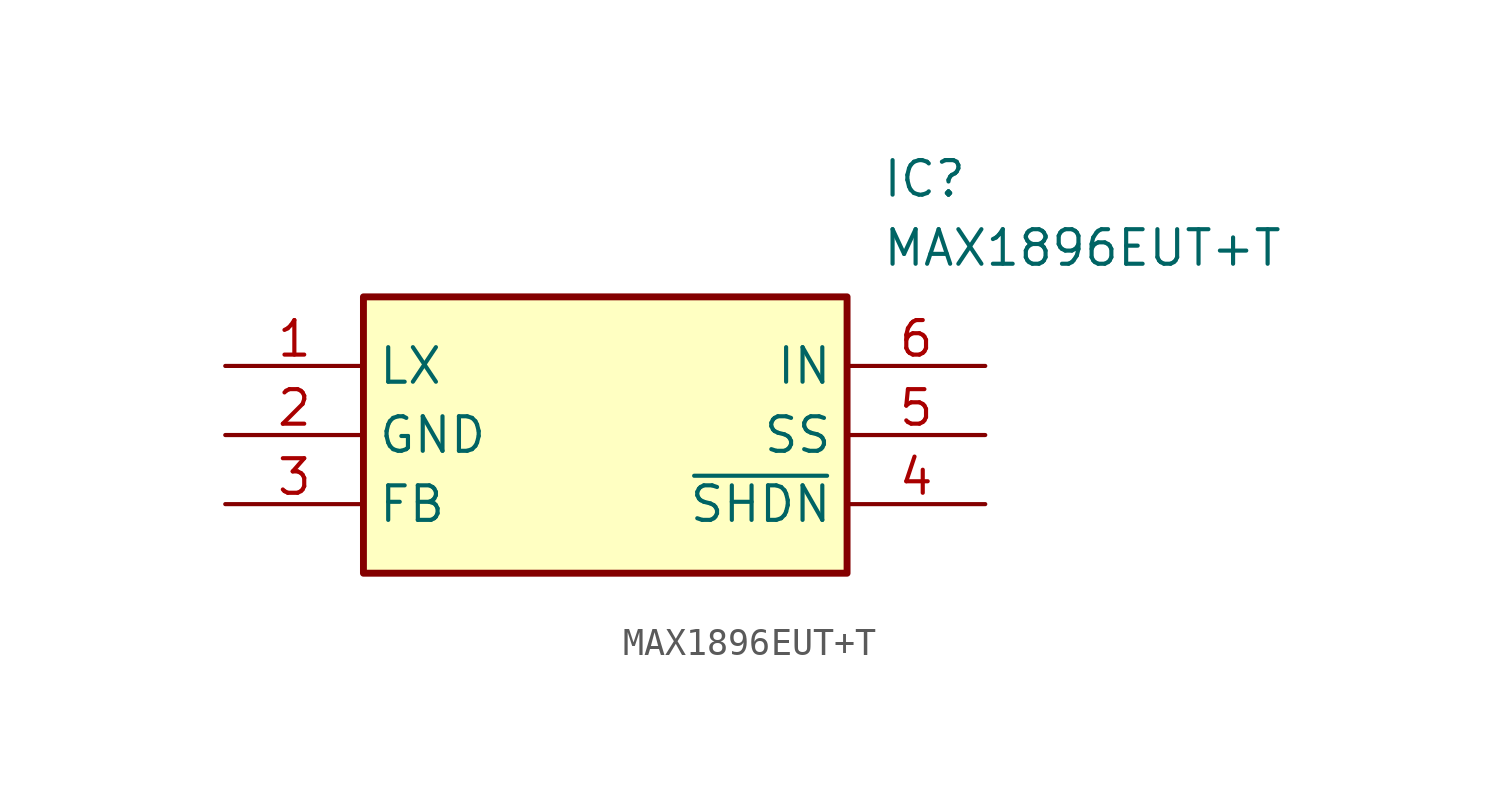
<source format=kicad_sym>
(kicad_symbol_lib
  (version 20220914)
  (generator SamacSys_ECAD_Model)
  (symbol "MAX1896EUT+T"
    (property "Reference" "IC"
      (at 24.13 7.62 0)
      (effects (font (size 1.27 1.27)) (justify left top)))
    (property "Value" "MAX1896EUT+T"
      (at 24.13 5.08 0)
      (effects (font (size 1.27 1.27)) (justify left top)))
    (rectangle
      (start 5.08 2.54)
      (end 22.86 -7.62)
      (stroke (width 0.254) (type default))
      (fill (type background)))
    (pin passive line
      (at 0 0 0)
      (length 5.08)
      (name "LX" (effects (font (size 1.27 1.27))))
      (number "1" (effects (font (size 1.27 1.27)))))
    (pin passive line
      (at 0 -2.54 0)
      (length 5.08)
      (name "GND" (effects (font (size 1.27 1.27))))
      (number "2" (effects (font (size 1.27 1.27)))))
    (pin passive line
      (at 0 -5.08 0)
      (length 5.08)
      (name "FB" (effects (font (size 1.27 1.27))))
      (number "3" (effects (font (size 1.27 1.27)))))
    (pin passive line
      (at 27.94 0 180)
      (length 5.08)
      (name "IN" (effects (font (size 1.27 1.27))))
      (number "6" (effects (font (size 1.27 1.27)))))
    (pin passive line
      (at 27.94 -2.54 180)
      (length 5.08)
      (name "SS" (effects (font (size 1.27 1.27))))
      (number "5" (effects (font (size 1.27 1.27)))))
    (pin passive line
      (at 27.94 -5.08 180)
      (length 5.08)
      (name "~{SHDN}" (effects (font (size 1.27 1.27))))
      (number "4" (effects (font (size 1.27 1.27)))))))
</source>
